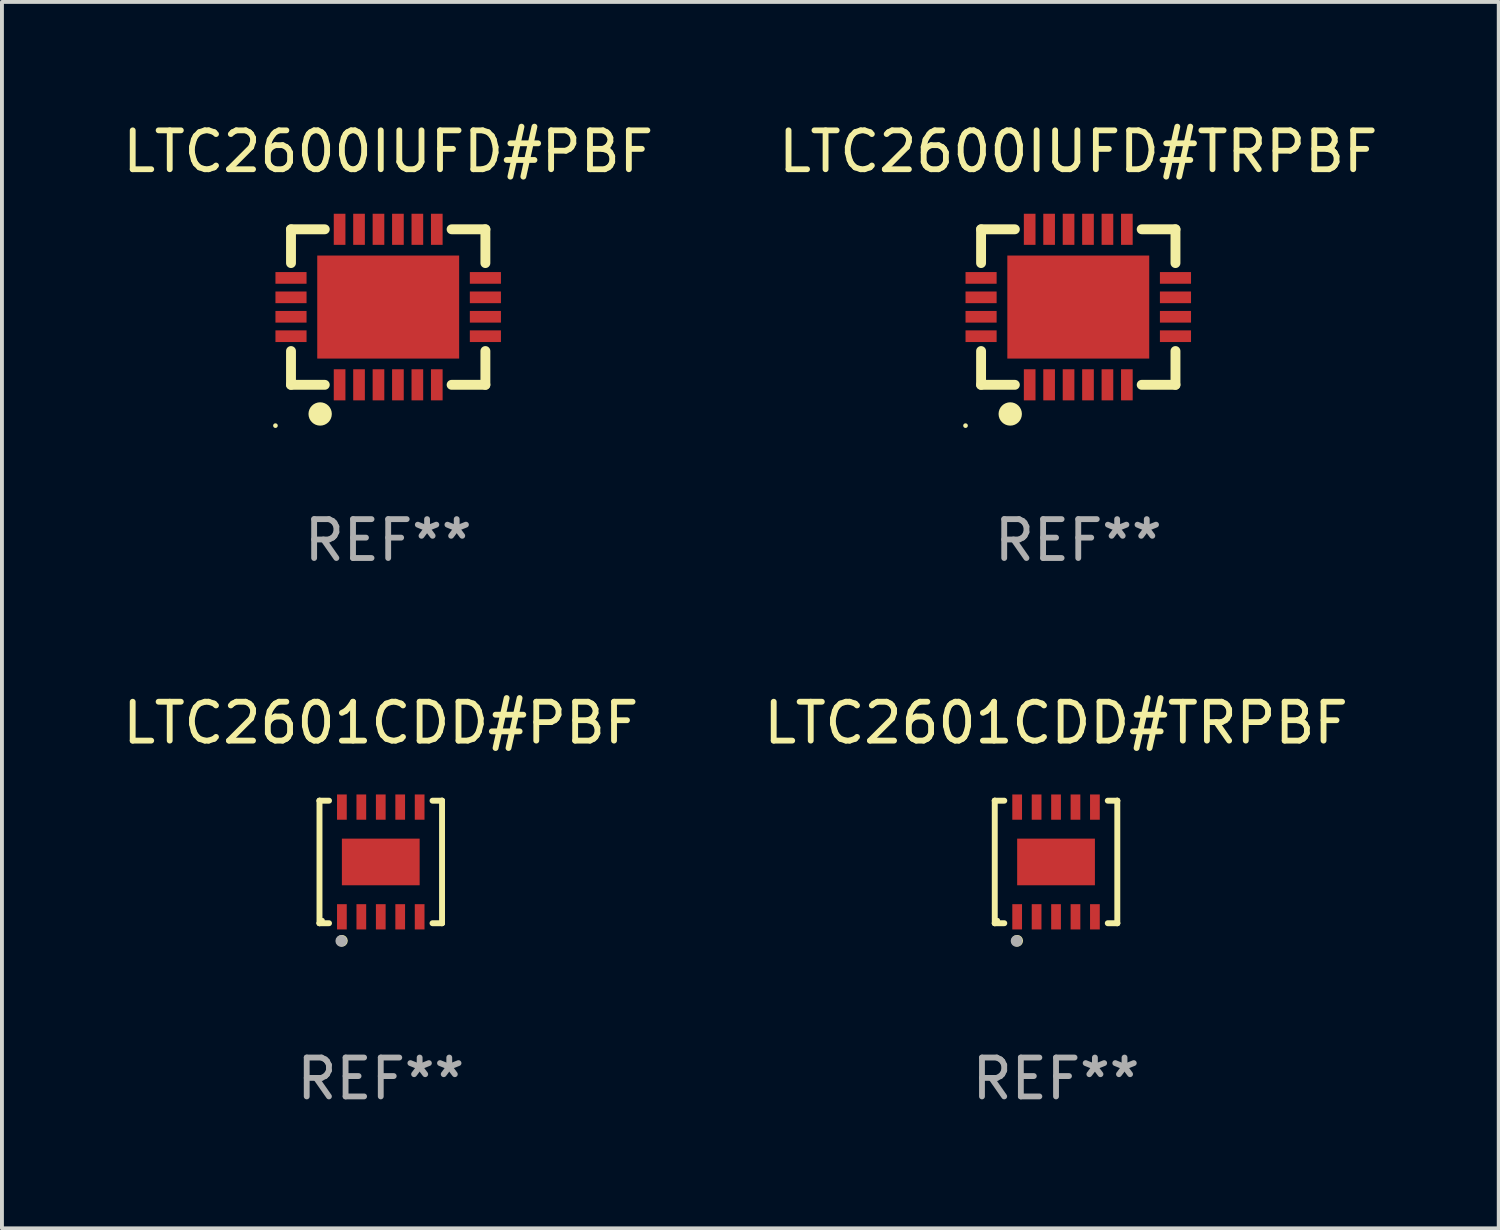
<source format=kicad_pcb>
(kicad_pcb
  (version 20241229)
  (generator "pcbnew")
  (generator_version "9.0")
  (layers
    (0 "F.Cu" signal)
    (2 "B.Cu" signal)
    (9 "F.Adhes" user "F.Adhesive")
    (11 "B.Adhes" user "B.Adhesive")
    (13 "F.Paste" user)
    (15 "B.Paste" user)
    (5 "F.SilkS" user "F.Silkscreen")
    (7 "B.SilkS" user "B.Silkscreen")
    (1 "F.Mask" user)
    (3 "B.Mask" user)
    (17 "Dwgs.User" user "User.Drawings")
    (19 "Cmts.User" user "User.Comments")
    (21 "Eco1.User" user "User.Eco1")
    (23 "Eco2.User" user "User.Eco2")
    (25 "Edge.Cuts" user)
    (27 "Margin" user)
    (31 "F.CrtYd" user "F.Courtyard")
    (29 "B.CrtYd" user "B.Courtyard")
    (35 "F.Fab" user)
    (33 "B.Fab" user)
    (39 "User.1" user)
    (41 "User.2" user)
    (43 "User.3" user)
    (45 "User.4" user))
  (footprint "LTC2600IUFD#TRPBF"
    (layer "F.Cu")
    (at 24.685 4.848)
    (property "Reference" "LTC2600IUFD#TRPBF" (at 0 -4 0) (layer "F.SilkS") (effects (font (size 1 1) (thickness 0.15))))
    (attr through_hole)
    (fp_line (start -2.5 -2) (end -1.631 -2) (stroke (width 0.254) (type solid)) (layer "F.SilkS"))
    (fp_line (start -2.5 -1.131) (end -2.5 -2) (stroke (width 0.254) (type solid)) (layer "F.SilkS"))
    (fp_line (start -2.5 2) (end -2.5 1.131) (stroke (width 0.254) (type solid)) (layer "F.SilkS"))
    (fp_line (start -1.631 2) (end -2.5 2) (stroke (width 0.254) (type solid)) (layer "F.SilkS"))
    (fp_line (start 1.631 -2) (end 2.5 -2) (stroke (width 0.254) (type solid)) (layer "F.SilkS"))
    (fp_line (start 2.5 -2) (end 2.5 -1.131) (stroke (width 0.254) (type solid)) (layer "F.SilkS"))
    (fp_line (start 2.5 1.131) (end 2.5 2) (stroke (width 0.254) (type solid)) (layer "F.SilkS"))
    (fp_line (start 2.5 2) (end 1.631 2) (stroke (width 0.254) (type solid)) (layer "F.SilkS"))
    (fp_circle (center -2.9 3.05) (end -2.87 3.05) (stroke (width 0.06) (type solid)) (fill no) (layer "F.SilkS"))
    (fp_circle (center -1.75 2.75) (end -1.6 2.75) (stroke (width 0.3) (type solid)) (fill no) (layer "F.SilkS"))
    (fp_text user "REF**" (at 0 6 0) (layer "F.Fab") (effects (font (size 1 1) (thickness 0.15))))
    (pad "1" smd rect (at -1.25 2 90) (size 0.8 0.3) (layers "F.Cu" "F.Mask" "F.Paste"))
    (pad "2" smd rect (at -0.75 2 90) (size 0.8 0.3) (layers "F.Cu" "F.Mask" "F.Paste"))
    (pad "3" smd rect (at -0.25 2 90) (size 0.8 0.3) (layers "F.Cu" "F.Mask" "F.Paste"))
    (pad "4" smd rect (at 0.25 2 90) (size 0.8 0.3) (layers "F.Cu" "F.Mask" "F.Paste"))
    (pad "5" smd rect (at 0.75 2 90) (size 0.8 0.3) (layers "F.Cu" "F.Mask" "F.Paste"))
    (pad "6" smd rect (at 1.25 2 90) (size 0.8 0.3) (layers "F.Cu" "F.Mask" "F.Paste"))
    (pad "7" smd rect (at 2.5 0.75 180) (size 0.8 0.3) (layers "F.Cu" "F.Mask" "F.Paste"))
    (pad "8" smd rect (at 2.5 0.25 180) (size 0.8 0.3) (layers "F.Cu" "F.Mask" "F.Paste"))
    (pad "9" smd rect (at 2.5 -0.25 180) (size 0.8 0.3) (layers "F.Cu" "F.Mask" "F.Paste"))
    (pad "10" smd rect (at 2.5 -0.75 180) (size 0.8 0.3) (layers "F.Cu" "F.Mask" "F.Paste"))
    (pad "11" smd rect (at 1.25 -2 270) (size 0.8 0.3) (layers "F.Cu" "F.Mask" "F.Paste"))
    (pad "12" smd rect (at 0.75 -2 270) (size 0.8 0.3) (layers "F.Cu" "F.Mask" "F.Paste"))
    (pad "13" smd rect (at 0.25 -2 270) (size 0.8 0.3) (layers "F.Cu" "F.Mask" "F.Paste"))
    (pad "14" smd rect (at -0.25 -2 270) (size 0.8 0.3) (layers "F.Cu" "F.Mask" "F.Paste"))
    (pad "15" smd rect (at -0.75 -2 270) (size 0.8 0.3) (layers "F.Cu" "F.Mask" "F.Paste"))
    (pad "16" smd rect (at -1.25 -2 270) (size 0.8 0.3) (layers "F.Cu" "F.Mask" "F.Paste"))
    (pad "17" smd rect (at -2.5 -0.75) (size 0.8 0.3) (layers "F.Cu" "F.Mask" "F.Paste"))
    (pad "18" smd rect (at -2.5 -0.25) (size 0.8 0.3) (layers "F.Cu" "F.Mask" "F.Paste"))
    (pad "19" smd rect (at -2.5 0.25) (size 0.8 0.3) (layers "F.Cu" "F.Mask" "F.Paste"))
    (pad "20" smd rect (at -2.5 0.75) (size 0.8 0.3) (layers "F.Cu" "F.Mask" "F.Paste"))
    (pad "21" smd rect (at 0 0) (size 3.65 2.65) (layers "F.Cu" "F.Mask" "F.Paste")))
  (footprint "LTC2601CDD#TRPBF"
    (layer "F.Cu")
    (at 24.113 19.121)
    (property "Reference" "LTC2601CDD#TRPBF" (at 0 -3.576 0) (layer "F.SilkS") (effects (font (size 1 1) (thickness 0.15))))
    (attr through_hole)
    (fp_line (start -1.576 -1.576) (end -1.576 -1.576) (stroke (width 0.152) (type solid)) (layer "F.SilkS"))
    (fp_line (start -1.576 -1.576) (end -1.331 -1.576) (stroke (width 0.152) (type solid)) (layer "F.SilkS"))
    (fp_line (start -1.576 1.576) (end -1.576 -1.576) (stroke (width 0.152) (type solid)) (layer "F.SilkS"))
    (fp_line (start -1.576 1.576) (end -1.576 1.576) (stroke (width 0.152) (type solid)) (layer "F.SilkS"))
    (fp_line (start -1.331 1.576) (end -1.576 1.576) (stroke (width 0.152) (type solid)) (layer "F.SilkS"))
    (fp_line (start 1.331 1.576) (end 1.576 1.576) (stroke (width 0.152) (type solid)) (layer "F.SilkS"))
    (fp_line (start 1.576 -1.576) (end 1.331 -1.576) (stroke (width 0.152) (type solid)) (layer "F.SilkS"))
    (fp_line (start 1.576 -1.576) (end 1.576 -1.576) (stroke (width 0.152) (type solid)) (layer "F.SilkS"))
    (fp_line (start 1.576 1.576) (end 1.576 -1.576) (stroke (width 0.152) (type solid)) (layer "F.SilkS"))
    (fp_line (start 1.576 1.576) (end 1.576 1.576) (stroke (width 0.152) (type solid)) (layer "F.SilkS"))
    (fp_circle (center -1.5 1.5) (end -1.47 1.5) (stroke (width 0.06) (type solid)) (fill no) (layer "F.SilkS"))
    (fp_circle (center -1 2.028) (end -0.925 2.028) (stroke (width 0.15) (type solid)) (fill no) (layer "F.SilkS"))
    (fp_circle (center -1.016 2.032) (end -0.941 2.032) (stroke (width 0.15) (type solid)) (fill no) (layer "F.Fab"))
    (fp_text user "REF**" (at 0 5.576 0) (layer "F.Fab") (effects (font (size 1 1) (thickness 0.15))))
    (pad "1" smd rect (at -1 1.411) (size 0.25 0.65) (layers "F.Cu" "F.Mask" "F.Paste"))
    (pad "2" smd rect (at -0.5 1.411) (size 0.25 0.65) (layers "F.Cu" "F.Mask" "F.Paste"))
    (pad "3" smd rect (at 0 1.411) (size 0.25 0.65) (layers "F.Cu" "F.Mask" "F.Paste"))
    (pad "4" smd rect (at 0.5 1.411) (size 0.25 0.65) (layers "F.Cu" "F.Mask" "F.Paste"))
    (pad "5" smd rect (at 1 1.411) (size 0.25 0.65) (layers "F.Cu" "F.Mask" "F.Paste"))
    (pad "6" smd rect (at 1 -1.411) (size 0.25 0.65) (layers "F.Cu" "F.Mask" "F.Paste"))
    (pad "7" smd rect (at 0.5 -1.411) (size 0.25 0.65) (layers "F.Cu" "F.Mask" "F.Paste"))
    (pad "8" smd rect (at 0 -1.411) (size 0.25 0.65) (layers "F.Cu" "F.Mask" "F.Paste"))
    (pad "9" smd rect (at -0.5 -1.411) (size 0.25 0.65) (layers "F.Cu" "F.Mask" "F.Paste"))
    (pad "10" smd rect (at -1 -1.411) (size 0.25 0.65) (layers "F.Cu" "F.Mask" "F.Paste"))
    (pad "11" smd rect (at 0 0) (size 2 1.2) (layers "F.Cu" "F.Mask" "F.Paste")))
  (footprint "LTC2601CDD#PBF"
    (layer "F.Cu")
    (at 6.744 19.121)
    (property "Reference" "LTC2601CDD#PBF" (at 0 -3.576 0) (layer "F.SilkS") (effects (font (size 1 1) (thickness 0.15))))
    (attr through_hole)
    (fp_line (start -1.576 -1.576) (end -1.576 -1.576) (stroke (width 0.152) (type solid)) (layer "F.SilkS"))
    (fp_line (start -1.576 -1.576) (end -1.331 -1.576) (stroke (width 0.152) (type solid)) (layer "F.SilkS"))
    (fp_line (start -1.576 1.576) (end -1.576 -1.576) (stroke (width 0.152) (type solid)) (layer "F.SilkS"))
    (fp_line (start -1.576 1.576) (end -1.576 1.576) (stroke (width 0.152) (type solid)) (layer "F.SilkS"))
    (fp_line (start -1.331 1.576) (end -1.576 1.576) (stroke (width 0.152) (type solid)) (layer "F.SilkS"))
    (fp_line (start 1.331 1.576) (end 1.576 1.576) (stroke (width 0.152) (type solid)) (layer "F.SilkS"))
    (fp_line (start 1.576 -1.576) (end 1.331 -1.576) (stroke (width 0.152) (type solid)) (layer "F.SilkS"))
    (fp_line (start 1.576 -1.576) (end 1.576 -1.576) (stroke (width 0.152) (type solid)) (layer "F.SilkS"))
    (fp_line (start 1.576 1.576) (end 1.576 -1.576) (stroke (width 0.152) (type solid)) (layer "F.SilkS"))
    (fp_line (start 1.576 1.576) (end 1.576 1.576) (stroke (width 0.152) (type solid)) (layer "F.SilkS"))
    (fp_circle (center -1.5 1.5) (end -1.47 1.5) (stroke (width 0.06) (type solid)) (fill no) (layer "F.SilkS"))
    (fp_circle (center -1 2.028) (end -0.925 2.028) (stroke (width 0.15) (type solid)) (fill no) (layer "F.SilkS"))
    (fp_circle (center -1.016 2.032) (end -0.941 2.032) (stroke (width 0.15) (type solid)) (fill no) (layer "F.Fab"))
    (fp_text user "REF**" (at 0 5.576 0) (layer "F.Fab") (effects (font (size 1 1) (thickness 0.15))))
    (pad "1" smd rect (at -1 1.411) (size 0.25 0.65) (layers "F.Cu" "F.Mask" "F.Paste"))
    (pad "2" smd rect (at -0.5 1.411) (size 0.25 0.65) (layers "F.Cu" "F.Mask" "F.Paste"))
    (pad "3" smd rect (at 0 1.411) (size 0.25 0.65) (layers "F.Cu" "F.Mask" "F.Paste"))
    (pad "4" smd rect (at 0.5 1.411) (size 0.25 0.65) (layers "F.Cu" "F.Mask" "F.Paste"))
    (pad "5" smd rect (at 1 1.411) (size 0.25 0.65) (layers "F.Cu" "F.Mask" "F.Paste"))
    (pad "6" smd rect (at 1 -1.411) (size 0.25 0.65) (layers "F.Cu" "F.Mask" "F.Paste"))
    (pad "7" smd rect (at 0.5 -1.411) (size 0.25 0.65) (layers "F.Cu" "F.Mask" "F.Paste"))
    (pad "8" smd rect (at 0 -1.411) (size 0.25 0.65) (layers "F.Cu" "F.Mask" "F.Paste"))
    (pad "9" smd rect (at -0.5 -1.411) (size 0.25 0.65) (layers "F.Cu" "F.Mask" "F.Paste"))
    (pad "10" smd rect (at -1 -1.411) (size 0.25 0.65) (layers "F.Cu" "F.Mask" "F.Paste"))
    (pad "11" smd rect (at 0 0) (size 2 1.2) (layers "F.Cu" "F.Mask" "F.Paste")))
  (footprint "LTC2600IUFD#PBF"
    (layer "F.Cu")
    (at 6.935 4.848)
    (property "Reference" "LTC2600IUFD#PBF" (at 0 -4 0) (layer "F.SilkS") (effects (font (size 1 1) (thickness 0.15))))
    (attr through_hole)
    (fp_line (start -2.5 -2) (end -1.631 -2) (stroke (width 0.254) (type solid)) (layer "F.SilkS"))
    (fp_line (start -2.5 -1.131) (end -2.5 -2) (stroke (width 0.254) (type solid)) (layer "F.SilkS"))
    (fp_line (start -2.5 2) (end -2.5 1.131) (stroke (width 0.254) (type solid)) (layer "F.SilkS"))
    (fp_line (start -1.631 2) (end -2.5 2) (stroke (width 0.254) (type solid)) (layer "F.SilkS"))
    (fp_line (start 1.631 -2) (end 2.5 -2) (stroke (width 0.254) (type solid)) (layer "F.SilkS"))
    (fp_line (start 2.5 -2) (end 2.5 -1.131) (stroke (width 0.254) (type solid)) (layer "F.SilkS"))
    (fp_line (start 2.5 1.131) (end 2.5 2) (stroke (width 0.254) (type solid)) (layer "F.SilkS"))
    (fp_line (start 2.5 2) (end 1.631 2) (stroke (width 0.254) (type solid)) (layer "F.SilkS"))
    (fp_circle (center -2.9 3.05) (end -2.87 3.05) (stroke (width 0.06) (type solid)) (fill no) (layer "F.SilkS"))
    (fp_circle (center -1.75 2.75) (end -1.6 2.75) (stroke (width 0.3) (type solid)) (fill no) (layer "F.SilkS"))
    (fp_text user "REF**" (at 0 6 0) (layer "F.Fab") (effects (font (size 1 1) (thickness 0.15))))
    (pad "1" smd rect (at -1.25 2 90) (size 0.8 0.3) (layers "F.Cu" "F.Mask" "F.Paste"))
    (pad "2" smd rect (at -0.75 2 90) (size 0.8 0.3) (layers "F.Cu" "F.Mask" "F.Paste"))
    (pad "3" smd rect (at -0.25 2 90) (size 0.8 0.3) (layers "F.Cu" "F.Mask" "F.Paste"))
    (pad "4" smd rect (at 0.25 2 90) (size 0.8 0.3) (layers "F.Cu" "F.Mask" "F.Paste"))
    (pad "5" smd rect (at 0.75 2 90) (size 0.8 0.3) (layers "F.Cu" "F.Mask" "F.Paste"))
    (pad "6" smd rect (at 1.25 2 90) (size 0.8 0.3) (layers "F.Cu" "F.Mask" "F.Paste"))
    (pad "7" smd rect (at 2.5 0.75 180) (size 0.8 0.3) (layers "F.Cu" "F.Mask" "F.Paste"))
    (pad "8" smd rect (at 2.5 0.25 180) (size 0.8 0.3) (layers "F.Cu" "F.Mask" "F.Paste"))
    (pad "9" smd rect (at 2.5 -0.25 180) (size 0.8 0.3) (layers "F.Cu" "F.Mask" "F.Paste"))
    (pad "10" smd rect (at 2.5 -0.75 180) (size 0.8 0.3) (layers "F.Cu" "F.Mask" "F.Paste"))
    (pad "11" smd rect (at 1.25 -2 270) (size 0.8 0.3) (layers "F.Cu" "F.Mask" "F.Paste"))
    (pad "12" smd rect (at 0.75 -2 270) (size 0.8 0.3) (layers "F.Cu" "F.Mask" "F.Paste"))
    (pad "13" smd rect (at 0.25 -2 270) (size 0.8 0.3) (layers "F.Cu" "F.Mask" "F.Paste"))
    (pad "14" smd rect (at -0.25 -2 270) (size 0.8 0.3) (layers "F.Cu" "F.Mask" "F.Paste"))
    (pad "15" smd rect (at -0.75 -2 270) (size 0.8 0.3) (layers "F.Cu" "F.Mask" "F.Paste"))
    (pad "16" smd rect (at -1.25 -2 270) (size 0.8 0.3) (layers "F.Cu" "F.Mask" "F.Paste"))
    (pad "17" smd rect (at -2.5 -0.75) (size 0.8 0.3) (layers "F.Cu" "F.Mask" "F.Paste"))
    (pad "18" smd rect (at -2.5 -0.25) (size 0.8 0.3) (layers "F.Cu" "F.Mask" "F.Paste"))
    (pad "19" smd rect (at -2.5 0.25) (size 0.8 0.3) (layers "F.Cu" "F.Mask" "F.Paste"))
    (pad "20" smd rect (at -2.5 0.75) (size 0.8 0.3) (layers "F.Cu" "F.Mask" "F.Paste"))
    (pad "21" smd rect (at 0 0) (size 3.65 2.65) (layers "F.Cu" "F.Mask" "F.Paste")))
  (gr_rect
    (start -3 -3)
    (end 35.5 28.545)
    (stroke (width 0.1) (type default))
    (fill no)
    (layer "Edge.Cuts")))
</source>
